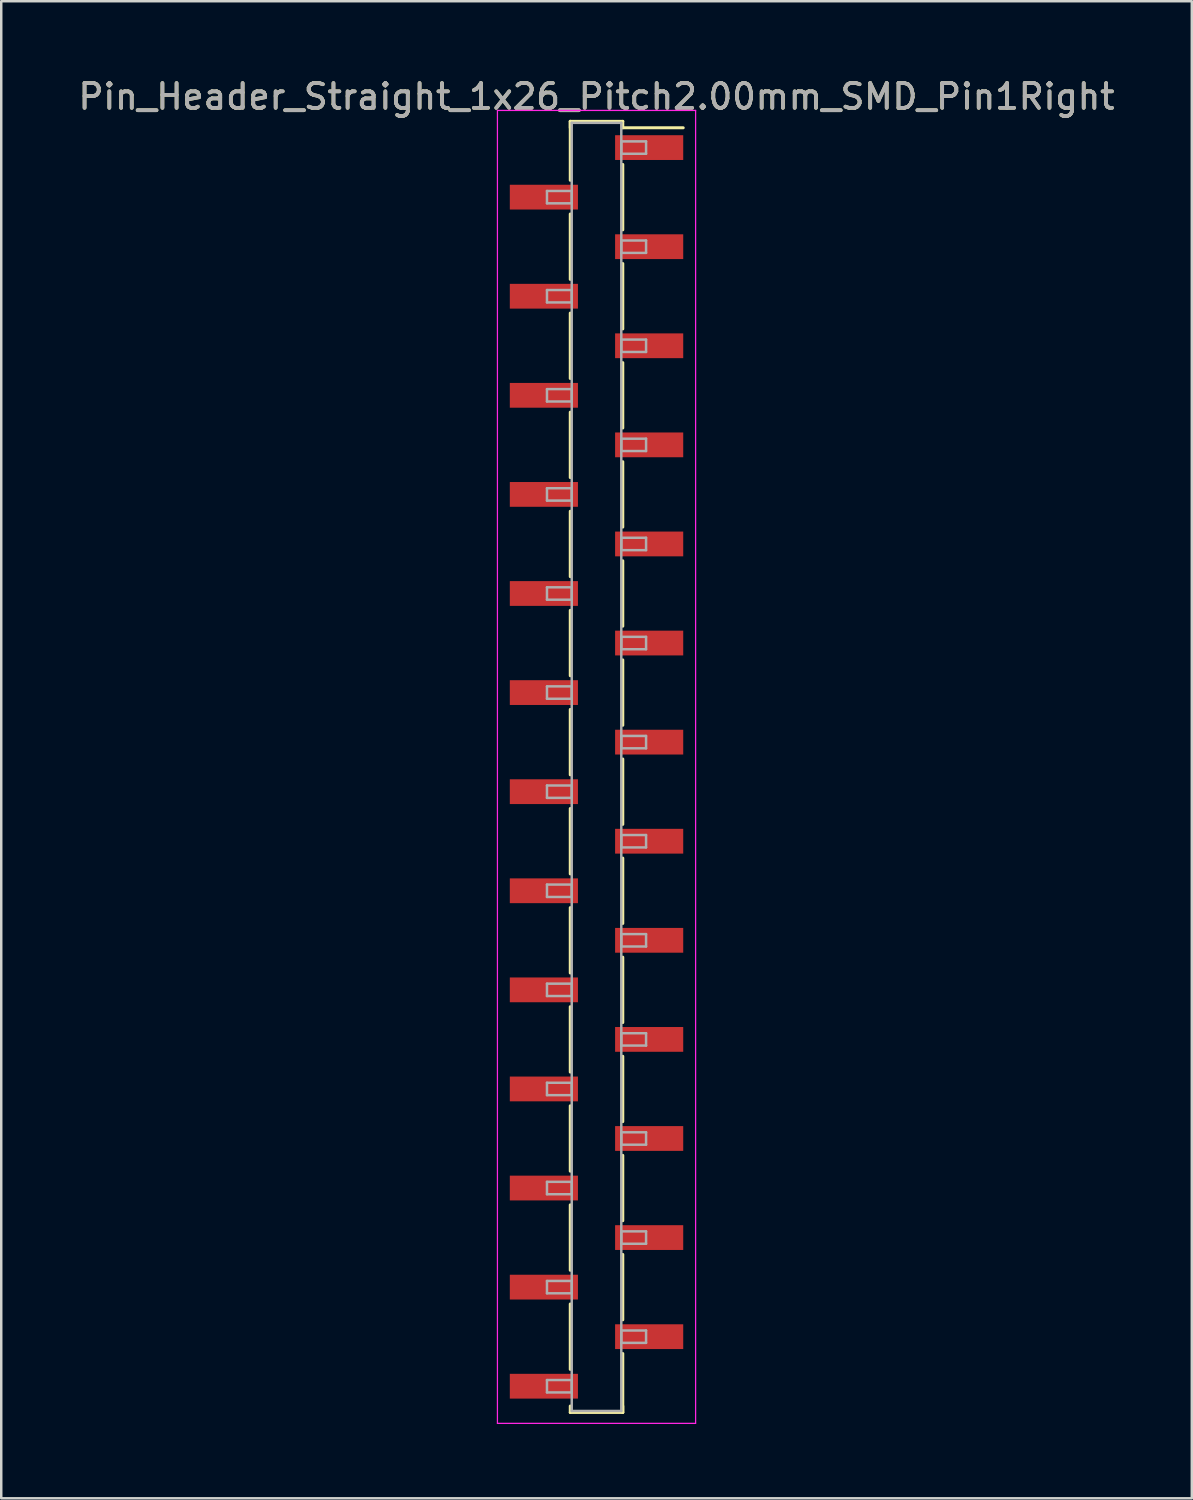
<source format=kicad_pcb>
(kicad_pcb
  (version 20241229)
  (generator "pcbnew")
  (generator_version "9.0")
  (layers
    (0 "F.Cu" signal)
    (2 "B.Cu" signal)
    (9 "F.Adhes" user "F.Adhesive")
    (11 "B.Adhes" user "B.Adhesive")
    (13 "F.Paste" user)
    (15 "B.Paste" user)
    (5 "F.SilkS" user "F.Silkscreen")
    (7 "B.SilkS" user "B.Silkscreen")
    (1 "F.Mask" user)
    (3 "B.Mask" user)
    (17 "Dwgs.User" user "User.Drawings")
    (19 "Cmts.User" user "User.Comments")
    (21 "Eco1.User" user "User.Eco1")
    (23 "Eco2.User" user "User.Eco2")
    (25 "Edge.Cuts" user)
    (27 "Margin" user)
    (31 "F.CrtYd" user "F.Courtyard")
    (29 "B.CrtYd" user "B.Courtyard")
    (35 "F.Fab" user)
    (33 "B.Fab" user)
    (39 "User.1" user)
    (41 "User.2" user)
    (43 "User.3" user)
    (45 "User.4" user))
  (footprint "Pin_Header_Straight_1x26_Pitch2.00mm_SMD_Pin1Right"
    (layer "F.Cu")
    (at 21.03 27.908)
    (property "Reference" "Pin_Header_Straight_1x26_Pitch2.00mm_SMD_Pin1Right" (at 0 -27.06 0) (layer "F.SilkS") (effects (font (size 1 1) (thickness 0.15))))
    (attr smd)
    (fp_line (start -1.06 -26.06) (end -1.06 -23.68) (stroke (width 0.12) (type solid)) (layer "F.SilkS"))
    (fp_line (start -1.06 -26.06) (end 1.06 -26.06) (stroke (width 0.12) (type solid)) (layer "F.SilkS"))
    (fp_line (start -1.06 -25.8) (end -1.06 -26.06) (stroke (width 0.12) (type solid)) (layer "F.SilkS"))
    (fp_line (start -1.06 -22.32) (end -1.06 -19.68) (stroke (width 0.12) (type solid)) (layer "F.SilkS"))
    (fp_line (start -1.06 -18.32) (end -1.06 -15.68) (stroke (width 0.12) (type solid)) (layer "F.SilkS"))
    (fp_line (start -1.06 -14.32) (end -1.06 -11.68) (stroke (width 0.12) (type solid)) (layer "F.SilkS"))
    (fp_line (start -1.06 -10.32) (end -1.06 -7.68) (stroke (width 0.12) (type solid)) (layer "F.SilkS"))
    (fp_line (start -1.06 -6.32) (end -1.06 -3.68) (stroke (width 0.12) (type solid)) (layer "F.SilkS"))
    (fp_line (start -1.06 -2.32) (end -1.06 0.32) (stroke (width 0.12) (type solid)) (layer "F.SilkS"))
    (fp_line (start -1.06 1.68) (end -1.06 4.32) (stroke (width 0.12) (type solid)) (layer "F.SilkS"))
    (fp_line (start -1.06 5.68) (end -1.06 8.32) (stroke (width 0.12) (type solid)) (layer "F.SilkS"))
    (fp_line (start -1.06 9.68) (end -1.06 12.32) (stroke (width 0.12) (type solid)) (layer "F.SilkS"))
    (fp_line (start -1.06 13.68) (end -1.06 16.32) (stroke (width 0.12) (type solid)) (layer "F.SilkS"))
    (fp_line (start -1.06 17.68) (end -1.06 20.32) (stroke (width 0.12) (type solid)) (layer "F.SilkS"))
    (fp_line (start -1.06 21.68) (end -1.06 24.32) (stroke (width 0.12) (type solid)) (layer "F.SilkS"))
    (fp_line (start -1.06 25.8) (end -1.06 26.06) (stroke (width 0.12) (type solid)) (layer "F.SilkS"))
    (fp_line (start -1.06 26.06) (end 1.06 26.06) (stroke (width 0.12) (type solid)) (layer "F.SilkS"))
    (fp_line (start 1.06 -26.06) (end 1.06 -25.8) (stroke (width 0.12) (type solid)) (layer "F.SilkS"))
    (fp_line (start 1.06 -25.8) (end 3.5 -25.8) (stroke (width 0.12) (type solid)) (layer "F.SilkS"))
    (fp_line (start 1.06 -24.32) (end 1.06 -21.68) (stroke (width 0.12) (type solid)) (layer "F.SilkS"))
    (fp_line (start 1.06 -20.32) (end 1.06 -17.68) (stroke (width 0.12) (type solid)) (layer "F.SilkS"))
    (fp_line (start 1.06 -16.32) (end 1.06 -13.68) (stroke (width 0.12) (type solid)) (layer "F.SilkS"))
    (fp_line (start 1.06 -12.32) (end 1.06 -9.68) (stroke (width 0.12) (type solid)) (layer "F.SilkS"))
    (fp_line (start 1.06 -8.32) (end 1.06 -5.68) (stroke (width 0.12) (type solid)) (layer "F.SilkS"))
    (fp_line (start 1.06 -4.32) (end 1.06 -1.68) (stroke (width 0.12) (type solid)) (layer "F.SilkS"))
    (fp_line (start 1.06 -0.32) (end 1.06 2.32) (stroke (width 0.12) (type solid)) (layer "F.SilkS"))
    (fp_line (start 1.06 3.68) (end 1.06 6.32) (stroke (width 0.12) (type solid)) (layer "F.SilkS"))
    (fp_line (start 1.06 7.68) (end 1.06 10.32) (stroke (width 0.12) (type solid)) (layer "F.SilkS"))
    (fp_line (start 1.06 11.68) (end 1.06 14.32) (stroke (width 0.12) (type solid)) (layer "F.SilkS"))
    (fp_line (start 1.06 15.68) (end 1.06 18.32) (stroke (width 0.12) (type solid)) (layer "F.SilkS"))
    (fp_line (start 1.06 19.68) (end 1.06 22.32) (stroke (width 0.12) (type solid)) (layer "F.SilkS"))
    (fp_line (start 1.06 23.68) (end 1.06 26.06) (stroke (width 0.12) (type solid)) (layer "F.SilkS"))
    (fp_line (start 1.06 26.06) (end 1.06 25.8) (stroke (width 0.12) (type solid)) (layer "F.SilkS"))
    (fp_line (start -4 -26.5) (end -4 26.5) (stroke (width 0.05) (type solid)) (layer "F.CrtYd"))
    (fp_line (start -4 26.5) (end 4 26.5) (stroke (width 0.05) (type solid)) (layer "F.CrtYd"))
    (fp_line (start 4 -26.5) (end -4 -26.5) (stroke (width 0.05) (type solid)) (layer "F.CrtYd"))
    (fp_line (start 4 26.5) (end 4 -26.5) (stroke (width 0.05) (type solid)) (layer "F.CrtYd"))
    (fp_line (start -2 -23.25) (end -1 -23.25) (stroke (width 0.1) (type solid)) (layer "F.Fab"))
    (fp_line (start -2 -22.75) (end -2 -23.25) (stroke (width 0.1) (type solid)) (layer "F.Fab"))
    (fp_line (start -2 -19.25) (end -1 -19.25) (stroke (width 0.1) (type solid)) (layer "F.Fab"))
    (fp_line (start -2 -18.75) (end -2 -19.25) (stroke (width 0.1) (type solid)) (layer "F.Fab"))
    (fp_line (start -2 -15.25) (end -1 -15.25) (stroke (width 0.1) (type solid)) (layer "F.Fab"))
    (fp_line (start -2 -14.75) (end -2 -15.25) (stroke (width 0.1) (type solid)) (layer "F.Fab"))
    (fp_line (start -2 -11.25) (end -1 -11.25) (stroke (width 0.1) (type solid)) (layer "F.Fab"))
    (fp_line (start -2 -10.75) (end -2 -11.25) (stroke (width 0.1) (type solid)) (layer "F.Fab"))
    (fp_line (start -2 -7.25) (end -1 -7.25) (stroke (width 0.1) (type solid)) (layer "F.Fab"))
    (fp_line (start -2 -6.75) (end -2 -7.25) (stroke (width 0.1) (type solid)) (layer "F.Fab"))
    (fp_line (start -2 -3.25) (end -1 -3.25) (stroke (width 0.1) (type solid)) (layer "F.Fab"))
    (fp_line (start -2 -2.75) (end -2 -3.25) (stroke (width 0.1) (type solid)) (layer "F.Fab"))
    (fp_line (start -2 0.75) (end -1 0.75) (stroke (width 0.1) (type solid)) (layer "F.Fab"))
    (fp_line (start -2 1.25) (end -2 0.75) (stroke (width 0.1) (type solid)) (layer "F.Fab"))
    (fp_line (start -2 4.75) (end -1 4.75) (stroke (width 0.1) (type solid)) (layer "F.Fab"))
    (fp_line (start -2 5.25) (end -2 4.75) (stroke (width 0.1) (type solid)) (layer "F.Fab"))
    (fp_line (start -2 8.75) (end -1 8.75) (stroke (width 0.1) (type solid)) (layer "F.Fab"))
    (fp_line (start -2 9.25) (end -2 8.75) (stroke (width 0.1) (type solid)) (layer "F.Fab"))
    (fp_line (start -2 12.75) (end -1 12.75) (stroke (width 0.1) (type solid)) (layer "F.Fab"))
    (fp_line (start -2 13.25) (end -2 12.75) (stroke (width 0.1) (type solid)) (layer "F.Fab"))
    (fp_line (start -2 16.75) (end -1 16.75) (stroke (width 0.1) (type solid)) (layer "F.Fab"))
    (fp_line (start -2 17.25) (end -2 16.75) (stroke (width 0.1) (type solid)) (layer "F.Fab"))
    (fp_line (start -2 20.75) (end -1 20.75) (stroke (width 0.1) (type solid)) (layer "F.Fab"))
    (fp_line (start -2 21.25) (end -2 20.75) (stroke (width 0.1) (type solid)) (layer "F.Fab"))
    (fp_line (start -2 24.75) (end -1 24.75) (stroke (width 0.1) (type solid)) (layer "F.Fab"))
    (fp_line (start -2 25.25) (end -2 24.75) (stroke (width 0.1) (type solid)) (layer "F.Fab"))
    (fp_line (start -1 -26) (end -1 26) (stroke (width 0.1) (type solid)) (layer "F.Fab"))
    (fp_line (start -1 -23.25) (end -1 -22.75) (stroke (width 0.1) (type solid)) (layer "F.Fab"))
    (fp_line (start -1 -22.75) (end -2 -22.75) (stroke (width 0.1) (type solid)) (layer "F.Fab"))
    (fp_line (start -1 -19.25) (end -1 -18.75) (stroke (width 0.1) (type solid)) (layer "F.Fab"))
    (fp_line (start -1 -18.75) (end -2 -18.75) (stroke (width 0.1) (type solid)) (layer "F.Fab"))
    (fp_line (start -1 -15.25) (end -1 -14.75) (stroke (width 0.1) (type solid)) (layer "F.Fab"))
    (fp_line (start -1 -14.75) (end -2 -14.75) (stroke (width 0.1) (type solid)) (layer "F.Fab"))
    (fp_line (start -1 -11.25) (end -1 -10.75) (stroke (width 0.1) (type solid)) (layer "F.Fab"))
    (fp_line (start -1 -10.75) (end -2 -10.75) (stroke (width 0.1) (type solid)) (layer "F.Fab"))
    (fp_line (start -1 -7.25) (end -1 -6.75) (stroke (width 0.1) (type solid)) (layer "F.Fab"))
    (fp_line (start -1 -6.75) (end -2 -6.75) (stroke (width 0.1) (type solid)) (layer "F.Fab"))
    (fp_line (start -1 -3.25) (end -1 -2.75) (stroke (width 0.1) (type solid)) (layer "F.Fab"))
    (fp_line (start -1 -2.75) (end -2 -2.75) (stroke (width 0.1) (type solid)) (layer "F.Fab"))
    (fp_line (start -1 0.75) (end -1 1.25) (stroke (width 0.1) (type solid)) (layer "F.Fab"))
    (fp_line (start -1 1.25) (end -2 1.25) (stroke (width 0.1) (type solid)) (layer "F.Fab"))
    (fp_line (start -1 4.75) (end -1 5.25) (stroke (width 0.1) (type solid)) (layer "F.Fab"))
    (fp_line (start -1 5.25) (end -2 5.25) (stroke (width 0.1) (type solid)) (layer "F.Fab"))
    (fp_line (start -1 8.75) (end -1 9.25) (stroke (width 0.1) (type solid)) (layer "F.Fab"))
    (fp_line (start -1 9.25) (end -2 9.25) (stroke (width 0.1) (type solid)) (layer "F.Fab"))
    (fp_line (start -1 12.75) (end -1 13.25) (stroke (width 0.1) (type solid)) (layer "F.Fab"))
    (fp_line (start -1 13.25) (end -2 13.25) (stroke (width 0.1) (type solid)) (layer "F.Fab"))
    (fp_line (start -1 16.75) (end -1 17.25) (stroke (width 0.1) (type solid)) (layer "F.Fab"))
    (fp_line (start -1 17.25) (end -2 17.25) (stroke (width 0.1) (type solid)) (layer "F.Fab"))
    (fp_line (start -1 20.75) (end -1 21.25) (stroke (width 0.1) (type solid)) (layer "F.Fab"))
    (fp_line (start -1 21.25) (end -2 21.25) (stroke (width 0.1) (type solid)) (layer "F.Fab"))
    (fp_line (start -1 24.75) (end -1 25.25) (stroke (width 0.1) (type solid)) (layer "F.Fab"))
    (fp_line (start -1 25.25) (end -2 25.25) (stroke (width 0.1) (type solid)) (layer "F.Fab"))
    (fp_line (start -1 26) (end 1 26) (stroke (width 0.1) (type solid)) (layer "F.Fab"))
    (fp_line (start 1 -26) (end -1 -26) (stroke (width 0.1) (type solid)) (layer "F.Fab"))
    (fp_line (start 1 -25.25) (end 1 -24.75) (stroke (width 0.1) (type solid)) (layer "F.Fab"))
    (fp_line (start 1 -24.75) (end 2 -24.75) (stroke (width 0.1) (type solid)) (layer "F.Fab"))
    (fp_line (start 1 -21.25) (end 1 -20.75) (stroke (width 0.1) (type solid)) (layer "F.Fab"))
    (fp_line (start 1 -20.75) (end 2 -20.75) (stroke (width 0.1) (type solid)) (layer "F.Fab"))
    (fp_line (start 1 -17.25) (end 1 -16.75) (stroke (width 0.1) (type solid)) (layer "F.Fab"))
    (fp_line (start 1 -16.75) (end 2 -16.75) (stroke (width 0.1) (type solid)) (layer "F.Fab"))
    (fp_line (start 1 -13.25) (end 1 -12.75) (stroke (width 0.1) (type solid)) (layer "F.Fab"))
    (fp_line (start 1 -12.75) (end 2 -12.75) (stroke (width 0.1) (type solid)) (layer "F.Fab"))
    (fp_line (start 1 -9.25) (end 1 -8.75) (stroke (width 0.1) (type solid)) (layer "F.Fab"))
    (fp_line (start 1 -8.75) (end 2 -8.75) (stroke (width 0.1) (type solid)) (layer "F.Fab"))
    (fp_line (start 1 -5.25) (end 1 -4.75) (stroke (width 0.1) (type solid)) (layer "F.Fab"))
    (fp_line (start 1 -4.75) (end 2 -4.75) (stroke (width 0.1) (type solid)) (layer "F.Fab"))
    (fp_line (start 1 -1.25) (end 1 -0.75) (stroke (width 0.1) (type solid)) (layer "F.Fab"))
    (fp_line (start 1 -0.75) (end 2 -0.75) (stroke (width 0.1) (type solid)) (layer "F.Fab"))
    (fp_line (start 1 2.75) (end 1 3.25) (stroke (width 0.1) (type solid)) (layer "F.Fab"))
    (fp_line (start 1 3.25) (end 2 3.25) (stroke (width 0.1) (type solid)) (layer "F.Fab"))
    (fp_line (start 1 6.75) (end 1 7.25) (stroke (width 0.1) (type solid)) (layer "F.Fab"))
    (fp_line (start 1 7.25) (end 2 7.25) (stroke (width 0.1) (type solid)) (layer "F.Fab"))
    (fp_line (start 1 10.75) (end 1 11.25) (stroke (width 0.1) (type solid)) (layer "F.Fab"))
    (fp_line (start 1 11.25) (end 2 11.25) (stroke (width 0.1) (type solid)) (layer "F.Fab"))
    (fp_line (start 1 14.75) (end 1 15.25) (stroke (width 0.1) (type solid)) (layer "F.Fab"))
    (fp_line (start 1 15.25) (end 2 15.25) (stroke (width 0.1) (type solid)) (layer "F.Fab"))
    (fp_line (start 1 18.75) (end 1 19.25) (stroke (width 0.1) (type solid)) (layer "F.Fab"))
    (fp_line (start 1 19.25) (end 2 19.25) (stroke (width 0.1) (type solid)) (layer "F.Fab"))
    (fp_line (start 1 22.75) (end 1 23.25) (stroke (width 0.1) (type solid)) (layer "F.Fab"))
    (fp_line (start 1 23.25) (end 2 23.25) (stroke (width 0.1) (type solid)) (layer "F.Fab"))
    (fp_line (start 1 26) (end 1 -26) (stroke (width 0.1) (type solid)) (layer "F.Fab"))
    (fp_line (start 2 -25.25) (end 1 -25.25) (stroke (width 0.1) (type solid)) (layer "F.Fab"))
    (fp_line (start 2 -24.75) (end 2 -25.25) (stroke (width 0.1) (type solid)) (layer "F.Fab"))
    (fp_line (start 2 -21.25) (end 1 -21.25) (stroke (width 0.1) (type solid)) (layer "F.Fab"))
    (fp_line (start 2 -20.75) (end 2 -21.25) (stroke (width 0.1) (type solid)) (layer "F.Fab"))
    (fp_line (start 2 -17.25) (end 1 -17.25) (stroke (width 0.1) (type solid)) (layer "F.Fab"))
    (fp_line (start 2 -16.75) (end 2 -17.25) (stroke (width 0.1) (type solid)) (layer "F.Fab"))
    (fp_line (start 2 -13.25) (end 1 -13.25) (stroke (width 0.1) (type solid)) (layer "F.Fab"))
    (fp_line (start 2 -12.75) (end 2 -13.25) (stroke (width 0.1) (type solid)) (layer "F.Fab"))
    (fp_line (start 2 -9.25) (end 1 -9.25) (stroke (width 0.1) (type solid)) (layer "F.Fab"))
    (fp_line (start 2 -8.75) (end 2 -9.25) (stroke (width 0.1) (type solid)) (layer "F.Fab"))
    (fp_line (start 2 -5.25) (end 1 -5.25) (stroke (width 0.1) (type solid)) (layer "F.Fab"))
    (fp_line (start 2 -4.75) (end 2 -5.25) (stroke (width 0.1) (type solid)) (layer "F.Fab"))
    (fp_line (start 2 -1.25) (end 1 -1.25) (stroke (width 0.1) (type solid)) (layer "F.Fab"))
    (fp_line (start 2 -0.75) (end 2 -1.25) (stroke (width 0.1) (type solid)) (layer "F.Fab"))
    (fp_line (start 2 2.75) (end 1 2.75) (stroke (width 0.1) (type solid)) (layer "F.Fab"))
    (fp_line (start 2 3.25) (end 2 2.75) (stroke (width 0.1) (type solid)) (layer "F.Fab"))
    (fp_line (start 2 6.75) (end 1 6.75) (stroke (width 0.1) (type solid)) (layer "F.Fab"))
    (fp_line (start 2 7.25) (end 2 6.75) (stroke (width 0.1) (type solid)) (layer "F.Fab"))
    (fp_line (start 2 10.75) (end 1 10.75) (stroke (width 0.1) (type solid)) (layer "F.Fab"))
    (fp_line (start 2 11.25) (end 2 10.75) (stroke (width 0.1) (type solid)) (layer "F.Fab"))
    (fp_line (start 2 14.75) (end 1 14.75) (stroke (width 0.1) (type solid)) (layer "F.Fab"))
    (fp_line (start 2 15.25) (end 2 14.75) (stroke (width 0.1) (type solid)) (layer "F.Fab"))
    (fp_line (start 2 18.75) (end 1 18.75) (stroke (width 0.1) (type solid)) (layer "F.Fab"))
    (fp_line (start 2 19.25) (end 2 18.75) (stroke (width 0.1) (type solid)) (layer "F.Fab"))
    (fp_line (start 2 22.75) (end 1 22.75) (stroke (width 0.1) (type solid)) (layer "F.Fab"))
    (fp_line (start 2 23.25) (end 2 22.75) (stroke (width 0.1) (type solid)) (layer "F.Fab"))
    (fp_text user "${REFERENCE}" (at 0 -27.06 0) (layer "F.Fab") (effects (font (size 1 1) (thickness 0.15))))
    (pad "1" smd rect (at 2.125 -25) (size 2.75 1) (layers "F.Cu" "F.Mask" "F.Paste"))
    (pad "2" smd rect (at -2.125 -23) (size 2.75 1) (layers "F.Cu" "F.Mask" "F.Paste"))
    (pad "3" smd rect (at 2.125 -21) (size 2.75 1) (layers "F.Cu" "F.Mask" "F.Paste"))
    (pad "4" smd rect (at -2.125 -19) (size 2.75 1) (layers "F.Cu" "F.Mask" "F.Paste"))
    (pad "5" smd rect (at 2.125 -17) (size 2.75 1) (layers "F.Cu" "F.Mask" "F.Paste"))
    (pad "6" smd rect (at -2.125 -15) (size 2.75 1) (layers "F.Cu" "F.Mask" "F.Paste"))
    (pad "7" smd rect (at 2.125 -13) (size 2.75 1) (layers "F.Cu" "F.Mask" "F.Paste"))
    (pad "8" smd rect (at -2.125 -11) (size 2.75 1) (layers "F.Cu" "F.Mask" "F.Paste"))
    (pad "9" smd rect (at 2.125 -9) (size 2.75 1) (layers "F.Cu" "F.Mask" "F.Paste"))
    (pad "10" smd rect (at -2.125 -7) (size 2.75 1) (layers "F.Cu" "F.Mask" "F.Paste"))
    (pad "11" smd rect (at 2.125 -5) (size 2.75 1) (layers "F.Cu" "F.Mask" "F.Paste"))
    (pad "12" smd rect (at -2.125 -3) (size 2.75 1) (layers "F.Cu" "F.Mask" "F.Paste"))
    (pad "13" smd rect (at 2.125 -1) (size 2.75 1) (layers "F.Cu" "F.Mask" "F.Paste"))
    (pad "14" smd rect (at -2.125 1) (size 2.75 1) (layers "F.Cu" "F.Mask" "F.Paste"))
    (pad "15" smd rect (at 2.125 3) (size 2.75 1) (layers "F.Cu" "F.Mask" "F.Paste"))
    (pad "16" smd rect (at -2.125 5) (size 2.75 1) (layers "F.Cu" "F.Mask" "F.Paste"))
    (pad "17" smd rect (at 2.125 7) (size 2.75 1) (layers "F.Cu" "F.Mask" "F.Paste"))
    (pad "18" smd rect (at -2.125 9) (size 2.75 1) (layers "F.Cu" "F.Mask" "F.Paste"))
    (pad "19" smd rect (at 2.125 11) (size 2.75 1) (layers "F.Cu" "F.Mask" "F.Paste"))
    (pad "20" smd rect (at -2.125 13) (size 2.75 1) (layers "F.Cu" "F.Mask" "F.Paste"))
    (pad "21" smd rect (at 2.125 15) (size 2.75 1) (layers "F.Cu" "F.Mask" "F.Paste"))
    (pad "22" smd rect (at -2.125 17) (size 2.75 1) (layers "F.Cu" "F.Mask" "F.Paste"))
    (pad "23" smd rect (at 2.125 19) (size 2.75 1) (layers "F.Cu" "F.Mask" "F.Paste"))
    (pad "24" smd rect (at -2.125 21) (size 2.75 1) (layers "F.Cu" "F.Mask" "F.Paste"))
    (pad "25" smd rect (at 2.125 23) (size 2.75 1) (layers "F.Cu" "F.Mask" "F.Paste"))
    (pad "26" smd rect (at -2.125 25) (size 2.75 1) (layers "F.Cu" "F.Mask" "F.Paste")))
  (gr_rect
    (start -3 -3)
    (end 45.06 57.433)
    (stroke (width 0.1) (type default))
    (fill no)
    (layer "Edge.Cuts")))
</source>
